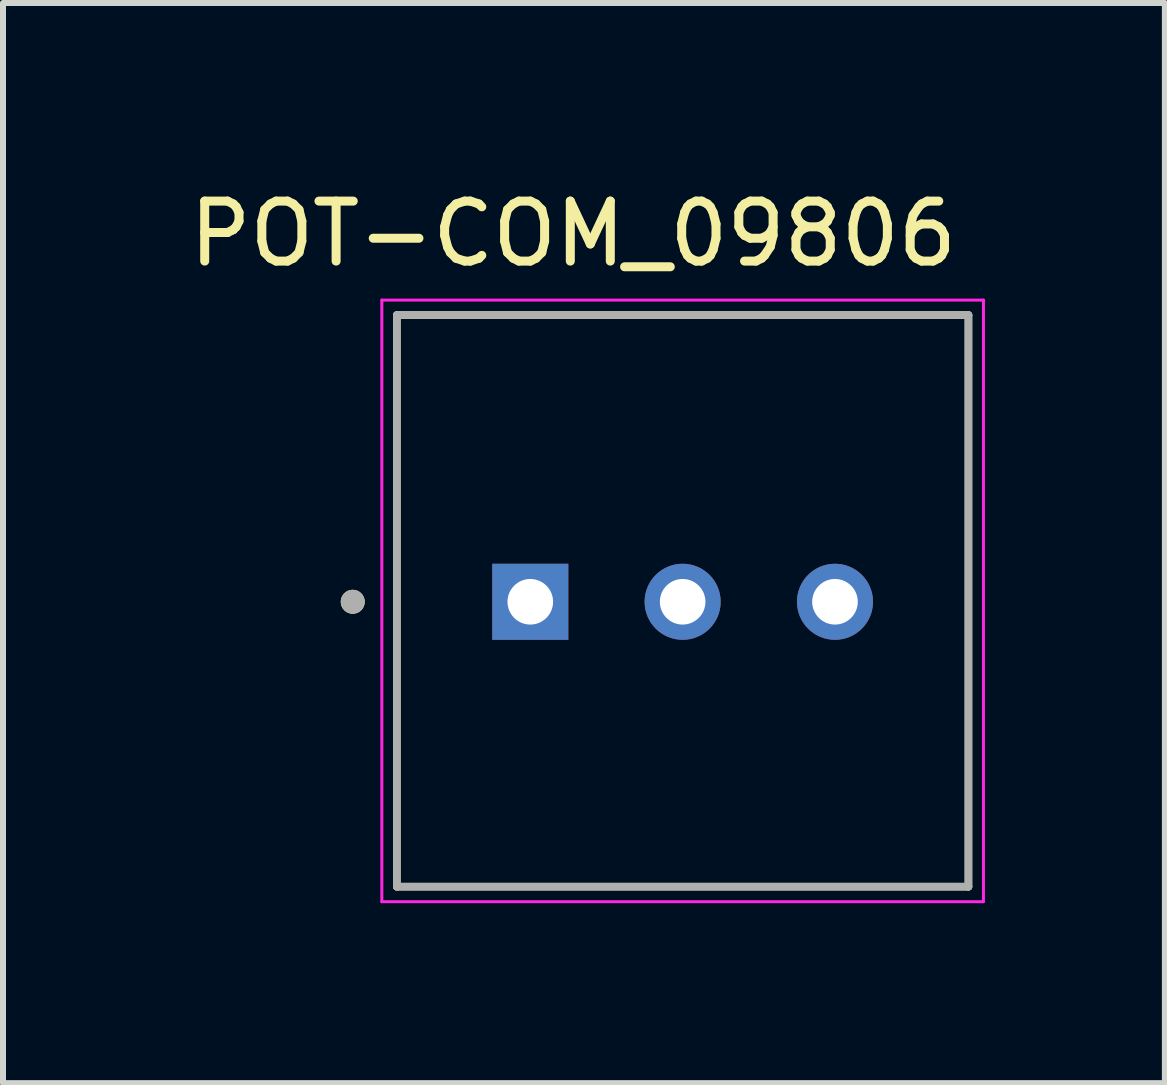
<source format=kicad_pcb>
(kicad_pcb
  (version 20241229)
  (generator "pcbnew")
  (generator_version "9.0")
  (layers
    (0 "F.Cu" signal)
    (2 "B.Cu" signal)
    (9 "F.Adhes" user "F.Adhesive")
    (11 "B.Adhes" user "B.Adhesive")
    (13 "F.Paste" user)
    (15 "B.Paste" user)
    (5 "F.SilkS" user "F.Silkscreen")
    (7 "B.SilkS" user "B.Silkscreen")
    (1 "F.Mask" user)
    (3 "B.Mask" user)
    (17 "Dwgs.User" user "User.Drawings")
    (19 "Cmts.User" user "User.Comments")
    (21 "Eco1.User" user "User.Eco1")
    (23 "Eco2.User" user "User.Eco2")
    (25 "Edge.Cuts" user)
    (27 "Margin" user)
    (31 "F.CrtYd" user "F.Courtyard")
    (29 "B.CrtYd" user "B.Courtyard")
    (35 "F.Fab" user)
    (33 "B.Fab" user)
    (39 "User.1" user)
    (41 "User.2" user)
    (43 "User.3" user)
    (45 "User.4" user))
  (footprint "POT-COM_09806"
    (layer "F.Cu")
    (at 8.331 6.983)
    (property "Reference" "POT-COM_09806" (at -1.825 -6.135 0) (layer "F.SilkS") (effects (font (size 1 1) (thickness 0.15))))
    (attr through_hole)
    (fp_line (start -4.765 -4.78) (end -4.765 4.75) (stroke (width 0.127) (type solid)) (layer "F.SilkS"))
    (fp_line (start -4.765 4.75) (end 4.765 4.75) (stroke (width 0.127) (type solid)) (layer "F.SilkS"))
    (fp_line (start 4.765 -4.78) (end -4.765 -4.78) (stroke (width 0.127) (type solid)) (layer "F.SilkS"))
    (fp_line (start 4.765 4.75) (end 4.765 -4.78) (stroke (width 0.127) (type solid)) (layer "F.SilkS"))
    (fp_circle (center -5.5 0) (end -5.4 0) (stroke (width 0.2) (type solid)) (fill no) (layer "F.SilkS"))
    (fp_line (start -5.015 -5.03) (end 5.015 -5.03) (stroke (width 0.05) (type solid)) (layer "F.CrtYd"))
    (fp_line (start -5.015 5) (end -5.015 -5.03) (stroke (width 0.05) (type solid)) (layer "F.CrtYd"))
    (fp_line (start 5.015 -5.03) (end 5.015 5) (stroke (width 0.05) (type solid)) (layer "F.CrtYd"))
    (fp_line (start 5.015 5) (end -5.015 5) (stroke (width 0.05) (type solid)) (layer "F.CrtYd"))
    (fp_line (start -4.765 -4.78) (end 4.765 -4.78) (stroke (width 0.127) (type solid)) (layer "F.Fab"))
    (fp_line (start -4.765 4.75) (end -4.765 -4.78) (stroke (width 0.127) (type solid)) (layer "F.Fab"))
    (fp_line (start 4.765 -4.78) (end 4.765 4.75) (stroke (width 0.127) (type solid)) (layer "F.Fab"))
    (fp_line (start 4.765 4.75) (end -4.765 4.75) (stroke (width 0.127) (type solid)) (layer "F.Fab"))
    (fp_circle (center -5.5 0) (end -5.4 0) (stroke (width 0.2) (type solid)) (fill no) (layer "F.Fab"))
    (pad "1" thru_hole rect (at -2.54 0) (size 1.268 1.268) (drill 0.76) (layers "*.Cu" "*.Mask"))
    (pad "2" thru_hole circle (at 0 0) (size 1.268 1.268) (drill 0.76) (layers "*.Cu" "*.Mask"))
    (pad "3" thru_hole circle (at 2.54 0) (size 1.268 1.268) (drill 0.76) (layers "*.Cu" "*.Mask")))
  (gr_rect
    (start -3 -3)
    (end 16.371 15.008)
    (stroke (width 0.1) (type default))
    (fill no)
    (layer "Edge.Cuts")))
</source>
